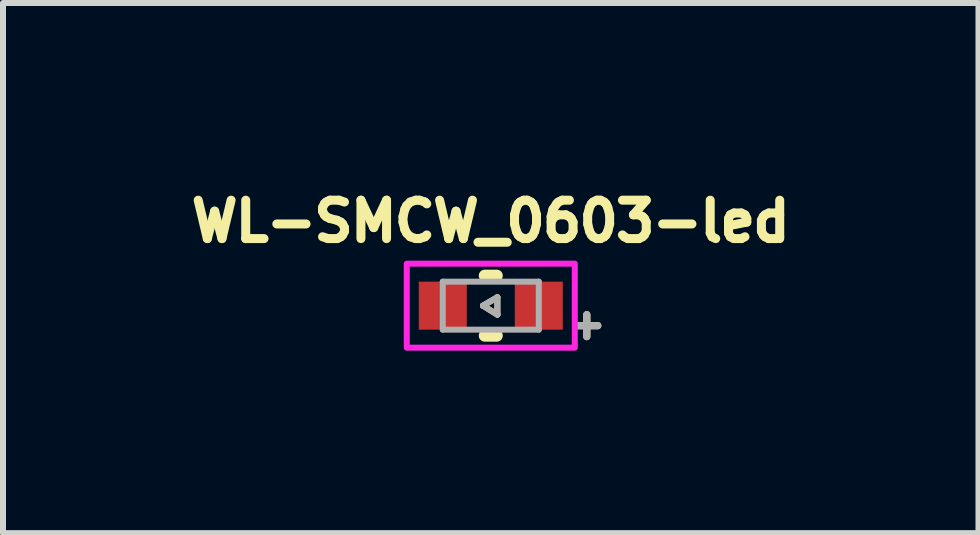
<source format=kicad_pcb>
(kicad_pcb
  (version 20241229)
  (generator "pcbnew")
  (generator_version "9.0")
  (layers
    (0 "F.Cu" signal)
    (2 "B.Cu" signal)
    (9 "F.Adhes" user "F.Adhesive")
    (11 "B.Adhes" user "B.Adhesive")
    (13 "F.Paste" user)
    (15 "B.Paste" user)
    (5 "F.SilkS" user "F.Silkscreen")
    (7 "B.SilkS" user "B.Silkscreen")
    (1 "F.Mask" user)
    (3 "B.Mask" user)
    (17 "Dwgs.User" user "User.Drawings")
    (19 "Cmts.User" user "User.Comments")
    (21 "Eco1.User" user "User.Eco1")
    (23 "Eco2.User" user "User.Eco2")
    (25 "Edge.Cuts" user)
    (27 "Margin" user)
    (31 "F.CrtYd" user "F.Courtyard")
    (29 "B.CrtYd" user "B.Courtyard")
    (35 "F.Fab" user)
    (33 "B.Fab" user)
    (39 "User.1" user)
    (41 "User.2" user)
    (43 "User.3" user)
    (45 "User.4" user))
  (footprint "WL-SMCW_0603-led"
    (layer "F.Cu")
    (at 5.129 2.044)
    (property "Reference" "WL-SMCW_0603-led" (at 0 -1.406 0) (layer "F.SilkS") (effects (font (size 0.64 0.64) (thickness 0.15))))
    (attr smd)
    (fp_line (start -0.13 0) (end 0.11 -0.14) (stroke (width 0.1) (type solid)) (layer "F.SilkS"))
    (fp_line (start -0.1 -0.5) (end 0.1 -0.5) (stroke (width 0.2) (type solid)) (layer "F.SilkS"))
    (fp_line (start 0.1 0.5) (end -0.1 0.5) (stroke (width 0.2) (type solid)) (layer "F.SilkS"))
    (fp_line (start 0.11 -0.14) (end 0.11 0.15) (stroke (width 0.1) (type solid)) (layer "F.SilkS"))
    (fp_line (start 0.11 0.15) (end -0.13 0) (stroke (width 0.1) (type solid)) (layer "F.SilkS"))
    (fp_poly (pts (xy -1.4 -0.7) (xy 1.4 -0.7) (xy 1.4 0.7) (xy -1.4 0.7)) (stroke (width 0.1) (type solid)) (fill no) (layer "F.CrtYd"))
    (fp_line (start -0.8 -0.4) (end 0.8 -0.4) (stroke (width 0.1) (type solid)) (layer "F.Fab"))
    (fp_line (start -0.8 0.4) (end -0.8 -0.4) (stroke (width 0.1) (type solid)) (layer "F.Fab"))
    (fp_line (start -0.8 0.4) (end 0.8 0.4) (stroke (width 0.1) (type solid)) (layer "F.Fab"))
    (fp_line (start -0.13 0) (end 0.11 -0.14) (stroke (width 0.1) (type solid)) (layer "F.Fab"))
    (fp_line (start 0.11 -0.14) (end 0.11 0.15) (stroke (width 0.1) (type solid)) (layer "F.Fab"))
    (fp_line (start 0.11 0.15) (end -0.13 0) (stroke (width 0.1) (type solid)) (layer "F.Fab"))
    (fp_line (start 0.8 -0.4) (end 0.8 0.4) (stroke (width 0.1) (type solid)) (layer "F.Fab"))
    (fp_text user "+" (at 1.6 0.3 0) (layer "F.SilkS") (effects (font (size 0.48 0.48) (thickness 0.15))))
    (fp_text user "+" (at 1.6 0.3 0) (layer "F.Fab") (effects (font (size 0.48 0.48) (thickness 0.15))))
    (pad "1" smd rect (at -0.8 0) (size 0.8 0.8) (layers "F.Cu" "F.Mask" "F.Paste"))
    (pad "2" smd rect (at 0.8 0) (size 0.8 0.8) (layers "F.Cu" "F.Mask" "F.Paste")))
  (gr_rect
    (start -3 -3)
    (end 13.257 5.835)
    (stroke (width 0.1) (type default))
    (fill no)
    (layer "Edge.Cuts")))
</source>
